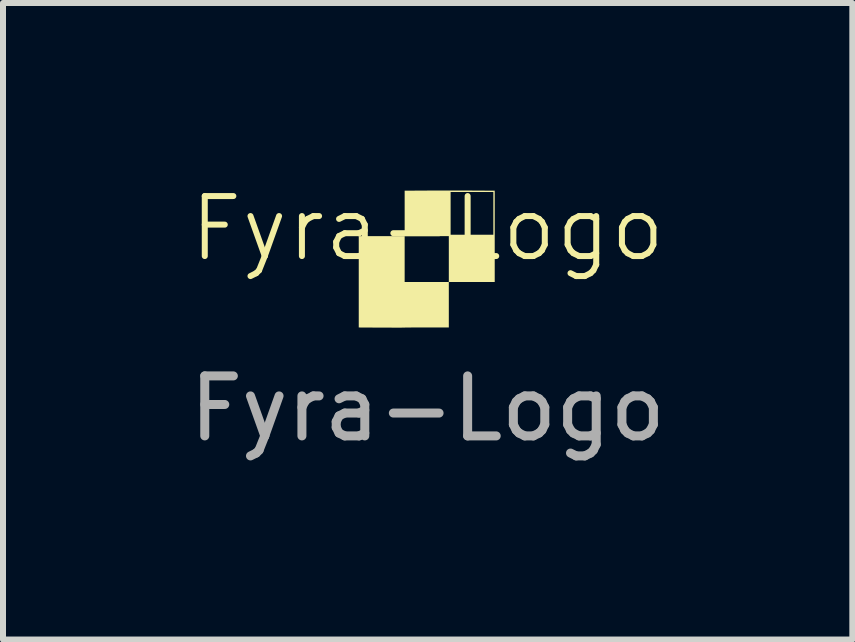
<source format=kicad_pcb>
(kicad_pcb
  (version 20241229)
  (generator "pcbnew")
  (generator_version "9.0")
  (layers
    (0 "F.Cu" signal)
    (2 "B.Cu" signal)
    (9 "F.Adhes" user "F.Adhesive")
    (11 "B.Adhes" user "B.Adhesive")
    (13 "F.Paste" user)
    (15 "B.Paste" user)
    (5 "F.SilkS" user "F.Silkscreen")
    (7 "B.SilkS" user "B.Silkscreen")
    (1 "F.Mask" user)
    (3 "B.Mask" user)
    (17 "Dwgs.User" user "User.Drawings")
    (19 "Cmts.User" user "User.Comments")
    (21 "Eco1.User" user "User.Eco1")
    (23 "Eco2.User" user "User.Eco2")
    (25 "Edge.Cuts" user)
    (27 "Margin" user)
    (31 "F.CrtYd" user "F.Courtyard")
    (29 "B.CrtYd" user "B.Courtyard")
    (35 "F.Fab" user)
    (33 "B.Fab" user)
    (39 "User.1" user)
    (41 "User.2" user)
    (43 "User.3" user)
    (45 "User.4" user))
  (footprint "Fyra-Logo"
    (layer "F.Cu")
    (at 4.077 1.26)
    (property "Reference" "Fyra-Logo" (at 0 -0.5 0) (unlocked yes) (layer "F.SilkS") (effects (font (size 1 1) (thickness 0.1))))
    (attr smd)
    (fp_poly (pts (xy 0.521 -1.135) (xy 0.626 -1.135) (xy 0.721 -1.135) (xy 0.743 -1.134) (xy 1.118 -1.132) (xy 1.118 -0.371) (xy 1.118 0.39) (xy 0.735 0.39) (xy 0.353 0.39) (xy 0.353 0.769) (xy 0.353 1.148) (xy -0.009 1.148) (xy -0.082 1.148) (xy -0.151 1.148) (xy -0.213 1.148) (xy -0.269 1.148) (xy -0.315 1.149) (xy -0.351 1.149) (xy -0.375 1.149) (xy -0.386 1.15) (xy -0.386 1.15) (xy -0.397 1.15) (xy -0.42 1.15) (xy -0.456 1.151) (xy -0.502 1.151) (xy -0.558 1.151) (xy -0.621 1.15) (xy -0.689 1.15) (xy -0.763 1.15) (xy -0.775 1.15) (xy -1.148 1.148) (xy -1.148 0.386) (xy -1.148 -0.375) (xy -0.765 -0.375) (xy -0.383 -0.375) (xy -0.383 0.008) (xy -0.383 0.39) (xy -0.015 0.39) (xy 0.353 0.39) (xy 0.353 0.008) (xy 0.353 -0.375) (xy -0.015 -0.375) (xy -0.383 -0.375) (xy -0.383 -0.754) (xy -0.383 -1.11) (xy 0.383 -1.11) (xy 0.383 -0.754) (xy 0.383 -0.398) (xy 0.739 -0.398) (xy 1.095 -0.398) (xy 1.095 -0.754) (xy 1.095 -1.11) (xy 0.739 -1.11) (xy 0.383 -1.11) (xy -0.383 -1.11) (xy -0.383 -1.132) (xy -0.008 -1.134) (xy 0.085 -1.135) (xy 0.188 -1.135) (xy 0.298 -1.135) (xy 0.41 -1.135)) (stroke (width 0) (type solid)) (fill yes) (layer "F.SilkS"))
    (fp_text user "${REFERENCE}" (at 0 2.5 0) (unlocked yes) (layer "F.Fab") (effects (font (size 1 1) (thickness 0.15)))))
  (gr_rect
    (start -3 -3)
    (end 11.155 7.609)
    (stroke (width 0.1) (type default))
    (fill no)
    (layer "Edge.Cuts")))
</source>
